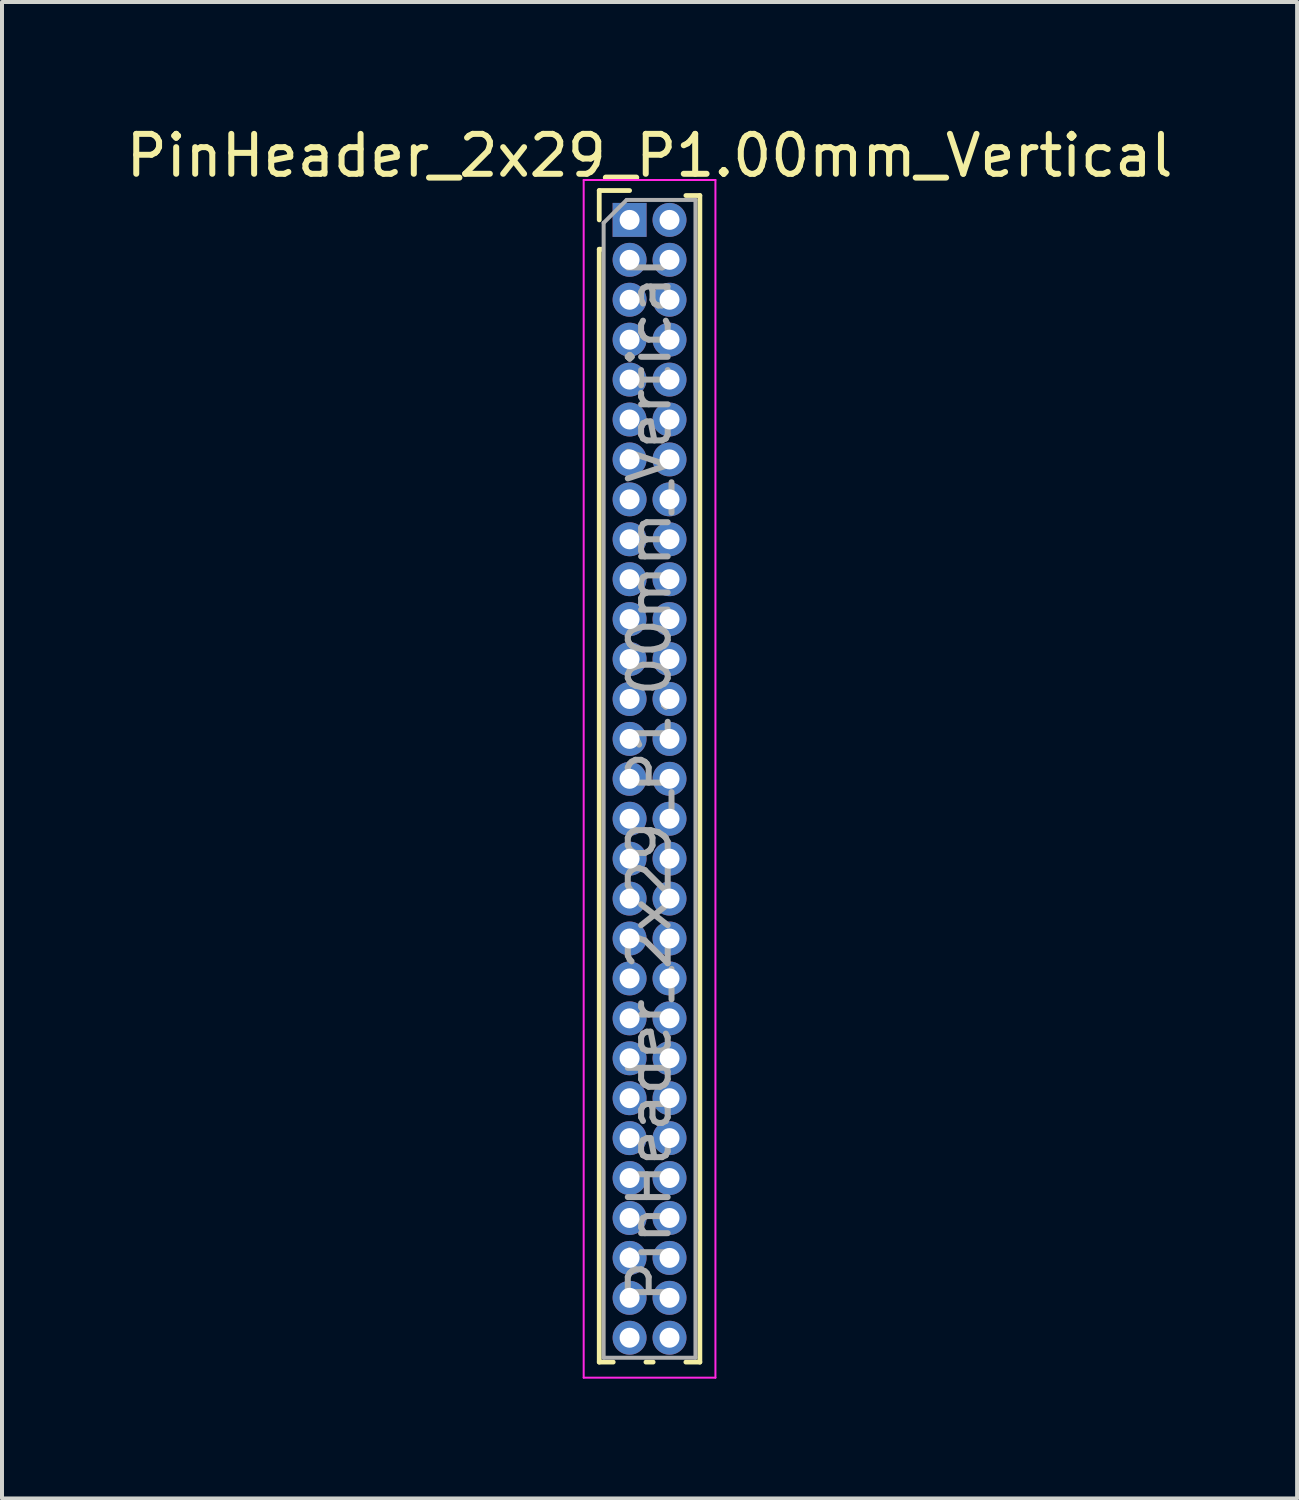
<source format=kicad_pcb>
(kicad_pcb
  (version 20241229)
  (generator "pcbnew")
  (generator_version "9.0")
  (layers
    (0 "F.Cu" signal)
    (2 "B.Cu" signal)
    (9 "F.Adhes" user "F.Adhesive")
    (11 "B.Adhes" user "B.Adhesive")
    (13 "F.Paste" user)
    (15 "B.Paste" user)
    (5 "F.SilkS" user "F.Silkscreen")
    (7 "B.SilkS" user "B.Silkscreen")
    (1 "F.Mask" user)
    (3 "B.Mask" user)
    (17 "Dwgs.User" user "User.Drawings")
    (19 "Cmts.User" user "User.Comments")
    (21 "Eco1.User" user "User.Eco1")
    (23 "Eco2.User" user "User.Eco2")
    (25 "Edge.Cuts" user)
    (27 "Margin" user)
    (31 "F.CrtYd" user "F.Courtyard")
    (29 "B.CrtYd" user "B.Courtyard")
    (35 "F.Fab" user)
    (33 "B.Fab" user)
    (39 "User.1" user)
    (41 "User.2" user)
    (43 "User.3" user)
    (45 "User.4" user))
  (footprint "PinHeader_2x29_P1.00mm_Vertical"
    (layer "F.Cu")
    (at 12.72 2.458)
    (property "Reference" "PinHeader_2x29_P1.00mm_Vertical" (at 0.5 -1.61 0) (layer "F.SilkS") (effects (font (size 1 1) (thickness 0.15))))
    (attr through_hole)
    (fp_line (start -0.76 -0.735) (end 0 -0.735) (stroke (width 0.12) (type solid)) (layer "F.SilkS"))
    (fp_line (start -0.76 0) (end -0.76 -0.735) (stroke (width 0.12) (type solid)) (layer "F.SilkS"))
    (fp_line (start -0.76 0.735) (end -0.76 28.61) (stroke (width 0.12) (type solid)) (layer "F.SilkS"))
    (fp_line (start -0.76 0.735) (end -0.686 0.735) (stroke (width 0.12) (type solid)) (layer "F.SilkS"))
    (fp_line (start -0.76 28.61) (end -0.41 28.61) (stroke (width 0.12) (type solid)) (layer "F.SilkS"))
    (fp_line (start 0.41 28.61) (end 0.59 28.61) (stroke (width 0.12) (type solid)) (layer "F.SilkS"))
    (fp_line (start 1.41 -0.61) (end 1.76 -0.61) (stroke (width 0.12) (type solid)) (layer "F.SilkS"))
    (fp_line (start 1.41 28.61) (end 1.76 28.61) (stroke (width 0.12) (type solid)) (layer "F.SilkS"))
    (fp_line (start 1.76 -0.61) (end 1.76 28.61) (stroke (width 0.12) (type solid)) (layer "F.SilkS"))
    (fp_line (start -1.15 -1) (end -1.15 29) (stroke (width 0.05) (type solid)) (layer "F.CrtYd"))
    (fp_line (start -1.15 29) (end 2.15 29) (stroke (width 0.05) (type solid)) (layer "F.CrtYd"))
    (fp_line (start 2.15 -1) (end -1.15 -1) (stroke (width 0.05) (type solid)) (layer "F.CrtYd"))
    (fp_line (start 2.15 29) (end 2.15 -1) (stroke (width 0.05) (type solid)) (layer "F.CrtYd"))
    (fp_line (start -0.65 0.075) (end -0.075 -0.5) (stroke (width 0.1) (type solid)) (layer "F.Fab"))
    (fp_line (start -0.65 28.5) (end -0.65 0.075) (stroke (width 0.1) (type solid)) (layer "F.Fab"))
    (fp_line (start -0.075 -0.5) (end 1.65 -0.5) (stroke (width 0.1) (type solid)) (layer "F.Fab"))
    (fp_line (start 1.65 -0.5) (end 1.65 28.5) (stroke (width 0.1) (type solid)) (layer "F.Fab"))
    (fp_line (start 1.65 28.5) (end -0.65 28.5) (stroke (width 0.1) (type solid)) (layer "F.Fab"))
    (fp_text user "${REFERENCE}" (at 0.5 14 90) (layer "F.Fab") (effects (font (size 1 1) (thickness 0.15))))
    (pad "1" thru_hole rect (at 0 0) (size 0.85 0.85) (drill 0.5) (layers "*.Cu" "*.Mask"))
    (pad "2" thru_hole circle (at 1 0) (size 0.85 0.85) (drill 0.5) (layers "*.Cu" "*.Mask"))
    (pad "3" thru_hole circle (at 0 1) (size 0.85 0.85) (drill 0.5) (layers "*.Cu" "*.Mask"))
    (pad "4" thru_hole circle (at 1 1) (size 0.85 0.85) (drill 0.5) (layers "*.Cu" "*.Mask"))
    (pad "5" thru_hole circle (at 0 2) (size 0.85 0.85) (drill 0.5) (layers "*.Cu" "*.Mask"))
    (pad "6" thru_hole circle (at 1 2) (size 0.85 0.85) (drill 0.5) (layers "*.Cu" "*.Mask"))
    (pad "7" thru_hole circle (at 0 3) (size 0.85 0.85) (drill 0.5) (layers "*.Cu" "*.Mask"))
    (pad "8" thru_hole circle (at 1 3) (size 0.85 0.85) (drill 0.5) (layers "*.Cu" "*.Mask"))
    (pad "9" thru_hole circle (at 0 4) (size 0.85 0.85) (drill 0.5) (layers "*.Cu" "*.Mask"))
    (pad "10" thru_hole circle (at 1 4) (size 0.85 0.85) (drill 0.5) (layers "*.Cu" "*.Mask"))
    (pad "11" thru_hole circle (at 0 5) (size 0.85 0.85) (drill 0.5) (layers "*.Cu" "*.Mask"))
    (pad "12" thru_hole circle (at 1 5) (size 0.85 0.85) (drill 0.5) (layers "*.Cu" "*.Mask"))
    (pad "13" thru_hole circle (at 0 6) (size 0.85 0.85) (drill 0.5) (layers "*.Cu" "*.Mask"))
    (pad "14" thru_hole circle (at 1 6) (size 0.85 0.85) (drill 0.5) (layers "*.Cu" "*.Mask"))
    (pad "15" thru_hole circle (at 0 7) (size 0.85 0.85) (drill 0.5) (layers "*.Cu" "*.Mask"))
    (pad "16" thru_hole circle (at 1 7) (size 0.85 0.85) (drill 0.5) (layers "*.Cu" "*.Mask"))
    (pad "17" thru_hole circle (at 0 8) (size 0.85 0.85) (drill 0.5) (layers "*.Cu" "*.Mask"))
    (pad "18" thru_hole circle (at 1 8) (size 0.85 0.85) (drill 0.5) (layers "*.Cu" "*.Mask"))
    (pad "19" thru_hole circle (at 0 9) (size 0.85 0.85) (drill 0.5) (layers "*.Cu" "*.Mask"))
    (pad "20" thru_hole circle (at 1 9) (size 0.85 0.85) (drill 0.5) (layers "*.Cu" "*.Mask"))
    (pad "21" thru_hole circle (at 0 10) (size 0.85 0.85) (drill 0.5) (layers "*.Cu" "*.Mask"))
    (pad "22" thru_hole circle (at 1 10) (size 0.85 0.85) (drill 0.5) (layers "*.Cu" "*.Mask"))
    (pad "23" thru_hole circle (at 0 11) (size 0.85 0.85) (drill 0.5) (layers "*.Cu" "*.Mask"))
    (pad "24" thru_hole circle (at 1 11) (size 0.85 0.85) (drill 0.5) (layers "*.Cu" "*.Mask"))
    (pad "25" thru_hole circle (at 0 12) (size 0.85 0.85) (drill 0.5) (layers "*.Cu" "*.Mask"))
    (pad "26" thru_hole circle (at 1 12) (size 0.85 0.85) (drill 0.5) (layers "*.Cu" "*.Mask"))
    (pad "27" thru_hole circle (at 0 13) (size 0.85 0.85) (drill 0.5) (layers "*.Cu" "*.Mask"))
    (pad "28" thru_hole circle (at 1 13) (size 0.85 0.85) (drill 0.5) (layers "*.Cu" "*.Mask"))
    (pad "29" thru_hole circle (at 0 14) (size 0.85 0.85) (drill 0.5) (layers "*.Cu" "*.Mask"))
    (pad "30" thru_hole circle (at 1 14) (size 0.85 0.85) (drill 0.5) (layers "*.Cu" "*.Mask"))
    (pad "31" thru_hole circle (at 0 15) (size 0.85 0.85) (drill 0.5) (layers "*.Cu" "*.Mask"))
    (pad "32" thru_hole circle (at 1 15) (size 0.85 0.85) (drill 0.5) (layers "*.Cu" "*.Mask"))
    (pad "33" thru_hole circle (at 0 16) (size 0.85 0.85) (drill 0.5) (layers "*.Cu" "*.Mask"))
    (pad "34" thru_hole circle (at 1 16) (size 0.85 0.85) (drill 0.5) (layers "*.Cu" "*.Mask"))
    (pad "35" thru_hole circle (at 0 17) (size 0.85 0.85) (drill 0.5) (layers "*.Cu" "*.Mask"))
    (pad "36" thru_hole circle (at 1 17) (size 0.85 0.85) (drill 0.5) (layers "*.Cu" "*.Mask"))
    (pad "37" thru_hole circle (at 0 18) (size 0.85 0.85) (drill 0.5) (layers "*.Cu" "*.Mask"))
    (pad "38" thru_hole circle (at 1 18) (size 0.85 0.85) (drill 0.5) (layers "*.Cu" "*.Mask"))
    (pad "39" thru_hole circle (at 0 19) (size 0.85 0.85) (drill 0.5) (layers "*.Cu" "*.Mask"))
    (pad "40" thru_hole circle (at 1 19) (size 0.85 0.85) (drill 0.5) (layers "*.Cu" "*.Mask"))
    (pad "41" thru_hole circle (at 0 20) (size 0.85 0.85) (drill 0.5) (layers "*.Cu" "*.Mask"))
    (pad "42" thru_hole circle (at 1 20) (size 0.85 0.85) (drill 0.5) (layers "*.Cu" "*.Mask"))
    (pad "43" thru_hole circle (at 0 21) (size 0.85 0.85) (drill 0.5) (layers "*.Cu" "*.Mask"))
    (pad "44" thru_hole circle (at 1 21) (size 0.85 0.85) (drill 0.5) (layers "*.Cu" "*.Mask"))
    (pad "45" thru_hole circle (at 0 22) (size 0.85 0.85) (drill 0.5) (layers "*.Cu" "*.Mask"))
    (pad "46" thru_hole circle (at 1 22) (size 0.85 0.85) (drill 0.5) (layers "*.Cu" "*.Mask"))
    (pad "47" thru_hole circle (at 0 23) (size 0.85 0.85) (drill 0.5) (layers "*.Cu" "*.Mask"))
    (pad "48" thru_hole circle (at 1 23) (size 0.85 0.85) (drill 0.5) (layers "*.Cu" "*.Mask"))
    (pad "49" thru_hole circle (at 0 24) (size 0.85 0.85) (drill 0.5) (layers "*.Cu" "*.Mask"))
    (pad "50" thru_hole circle (at 1 24) (size 0.85 0.85) (drill 0.5) (layers "*.Cu" "*.Mask"))
    (pad "51" thru_hole circle (at 0 25) (size 0.85 0.85) (drill 0.5) (layers "*.Cu" "*.Mask"))
    (pad "52" thru_hole circle (at 1 25) (size 0.85 0.85) (drill 0.5) (layers "*.Cu" "*.Mask"))
    (pad "53" thru_hole circle (at 0 26) (size 0.85 0.85) (drill 0.5) (layers "*.Cu" "*.Mask"))
    (pad "54" thru_hole circle (at 1 26) (size 0.85 0.85) (drill 0.5) (layers "*.Cu" "*.Mask"))
    (pad "55" thru_hole circle (at 0 27) (size 0.85 0.85) (drill 0.5) (layers "*.Cu" "*.Mask"))
    (pad "56" thru_hole circle (at 1 27) (size 0.85 0.85) (drill 0.5) (layers "*.Cu" "*.Mask"))
    (pad "57" thru_hole circle (at 0 28) (size 0.85 0.85) (drill 0.5) (layers "*.Cu" "*.Mask"))
    (pad "58" thru_hole circle (at 1 28) (size 0.85 0.85) (drill 0.5) (layers "*.Cu" "*.Mask")))
  (gr_rect
    (start -3 -3)
    (end 29.44 34.483)
    (stroke (width 0.1) (type default))
    (fill no)
    (layer "Edge.Cuts")))
</source>
